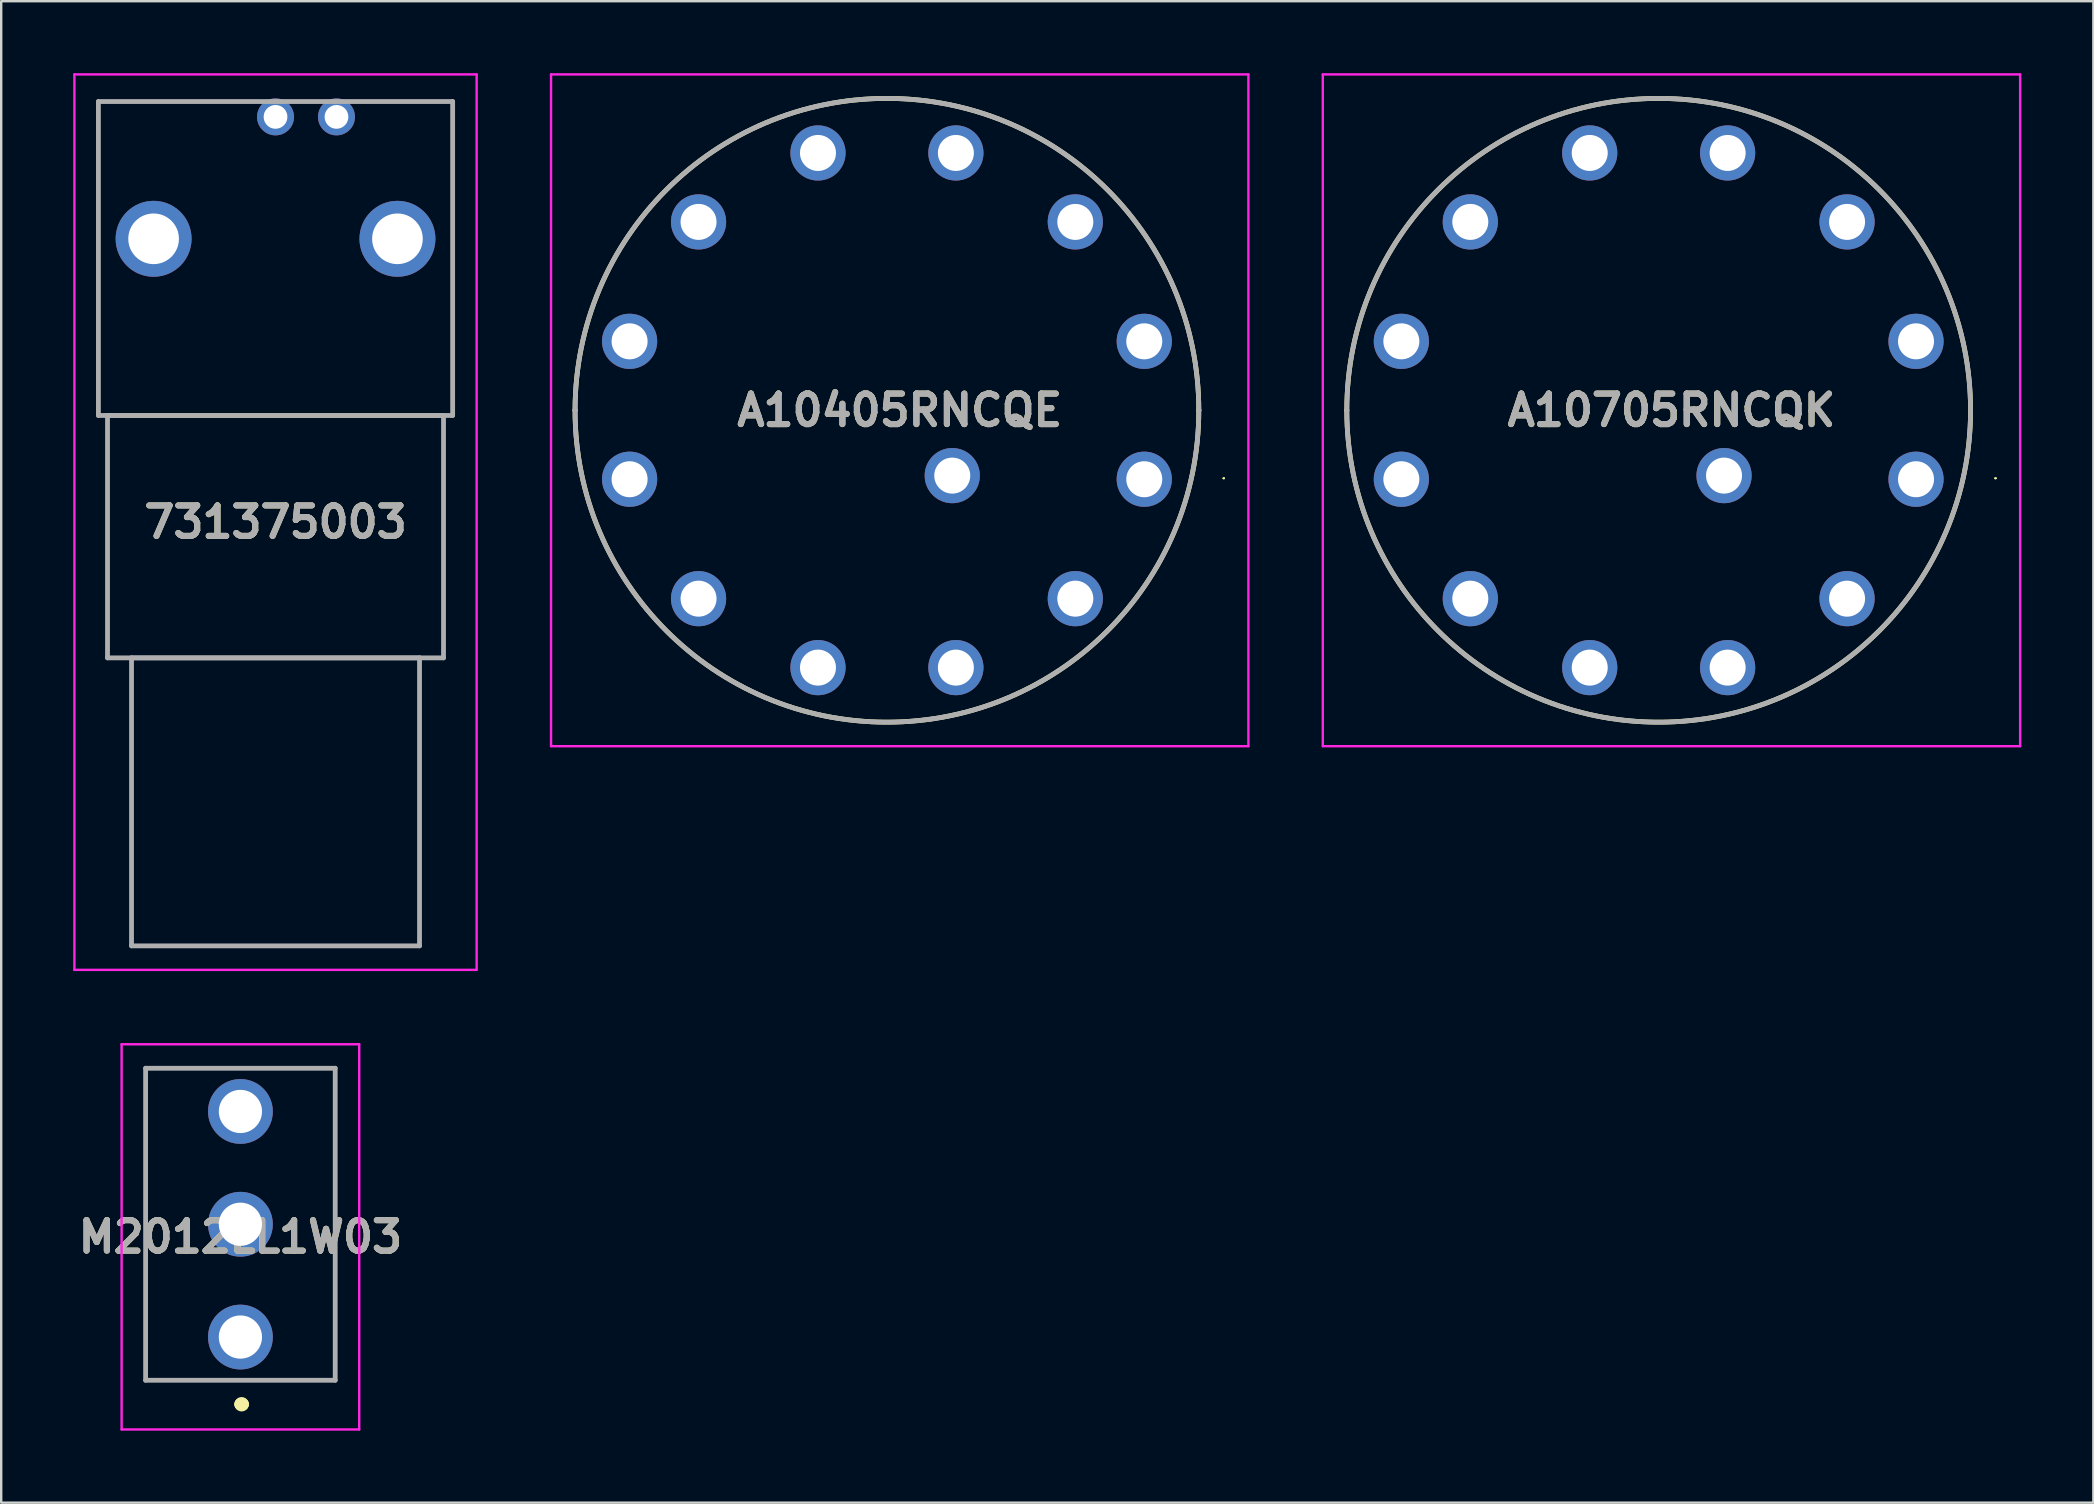
<source format=kicad_pcb>
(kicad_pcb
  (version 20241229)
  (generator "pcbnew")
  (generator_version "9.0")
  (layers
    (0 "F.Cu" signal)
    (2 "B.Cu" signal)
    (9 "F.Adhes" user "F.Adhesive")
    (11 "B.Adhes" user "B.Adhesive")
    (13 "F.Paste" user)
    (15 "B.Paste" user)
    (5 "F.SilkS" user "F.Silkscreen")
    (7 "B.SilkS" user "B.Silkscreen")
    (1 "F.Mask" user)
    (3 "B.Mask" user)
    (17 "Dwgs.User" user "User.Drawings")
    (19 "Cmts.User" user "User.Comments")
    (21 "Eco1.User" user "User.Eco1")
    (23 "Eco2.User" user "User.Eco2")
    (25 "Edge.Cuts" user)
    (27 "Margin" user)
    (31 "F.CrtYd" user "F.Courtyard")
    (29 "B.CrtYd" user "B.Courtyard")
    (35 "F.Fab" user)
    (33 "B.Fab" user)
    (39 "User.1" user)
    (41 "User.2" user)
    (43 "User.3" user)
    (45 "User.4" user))
  (footprint "M2012LL1W03"
    (layer "F.Cu")
    (at 6.967 52.66)
    (property "Reference" "M2012LL1W03" (at 0 -4.175 0) (layer "F.SilkS") (effects (font (size 1.27 1.27) (thickness 0.254))))
    (attr through_hole)
    (fp_line (start -3.95 -11.2) (end 3.95 -11.2) (stroke (width 0.1) (type solid)) (layer "F.SilkS"))
    (fp_line (start -3.95 1.8) (end -3.95 -11.2) (stroke (width 0.1) (type solid)) (layer "F.SilkS"))
    (fp_line (start 0 2.8) (end 0 2.8) (stroke (width 0.5) (type solid)) (layer "F.SilkS"))
    (fp_line (start 0.1 2.8) (end 0.1 2.8) (stroke (width 0.5) (type solid)) (layer "F.SilkS"))
    (fp_line (start 3.95 -11.2) (end 3.95 1.8) (stroke (width 0.1) (type solid)) (layer "F.SilkS"))
    (fp_line (start 3.95 1.8) (end -3.95 1.8) (stroke (width 0.1) (type solid)) (layer "F.SilkS"))
    (fp_arc (start 0 2.8) (mid 0.05 2.75) (end 0.1 2.8) (stroke (width 0.5) (type solid)) (layer "F.SilkS"))
    (fp_arc (start 0.1 2.8) (mid 0.05 2.85) (end 0 2.8) (stroke (width 0.5) (type solid)) (layer "F.SilkS"))
    (fp_line (start -4.95 -12.2) (end 4.95 -12.2) (stroke (width 0.1) (type solid)) (layer "F.CrtYd"))
    (fp_line (start -4.95 3.85) (end -4.95 -12.2) (stroke (width 0.1) (type solid)) (layer "F.CrtYd"))
    (fp_line (start 4.95 -12.2) (end 4.95 3.85) (stroke (width 0.1) (type solid)) (layer "F.CrtYd"))
    (fp_line (start 4.95 3.85) (end -4.95 3.85) (stroke (width 0.1) (type solid)) (layer "F.CrtYd"))
    (fp_line (start -3.95 -11.2) (end 3.95 -11.2) (stroke (width 0.2) (type solid)) (layer "F.Fab"))
    (fp_line (start -3.95 1.8) (end -3.95 -11.2) (stroke (width 0.2) (type solid)) (layer "F.Fab"))
    (fp_line (start 3.95 -11.2) (end 3.95 1.8) (stroke (width 0.2) (type solid)) (layer "F.Fab"))
    (fp_line (start 3.95 1.8) (end -3.95 1.8) (stroke (width 0.2) (type solid)) (layer "F.Fab"))
    (fp_text user "${REFERENCE}" (at 0 -4.175 0) (layer "F.Fab") (effects (font (size 1.27 1.27) (thickness 0.254))))
    (pad "1" thru_hole circle (at 0 0) (size 2.7 2.7) (drill 1.8) (layers "*.Cu" "*.Mask"))
    (pad "2" thru_hole circle (at 0 -4.7) (size 2.7 2.7) (drill 1.8) (layers "*.Cu" "*.Mask"))
    (pad "3" thru_hole circle (at 0 -9.4) (size 2.7 2.7) (drill 1.8) (layers "*.Cu" "*.Mask")))
  (footprint "731375003"
    (layer "F.Cu")
    (at 8.43 1.82)
    (property "Reference" "731375003" (at 0 16.885 0) (layer "F.SilkS") (effects (font (size 1.27 1.27) (thickness 0.254))))
    (attr through_hole)
    (fp_line (start -7.38 -0.64) (end -7.38 12.44) (stroke (width 0.1) (type solid)) (layer "F.SilkS"))
    (fp_line (start -7.38 12.44) (end 7.38 12.44) (stroke (width 0.1) (type solid)) (layer "F.SilkS"))
    (fp_line (start -1.5 -0.64) (end -7.38 -0.64) (stroke (width 0.1) (type solid)) (layer "F.SilkS"))
    (fp_line (start 7.38 -0.64) (end 4 -0.64) (stroke (width 0.1) (type solid)) (layer "F.SilkS"))
    (fp_line (start 7.38 12.44) (end 7.38 -0.64) (stroke (width 0.1) (type solid)) (layer "F.SilkS"))
    (fp_line (start -8.38 -1.77) (end 8.38 -1.77) (stroke (width 0.1) (type solid)) (layer "F.CrtYd"))
    (fp_line (start -8.38 35.54) (end -8.38 -1.77) (stroke (width 0.1) (type solid)) (layer "F.CrtYd"))
    (fp_line (start 8.38 -1.77) (end 8.38 35.54) (stroke (width 0.1) (type solid)) (layer "F.CrtYd"))
    (fp_line (start 8.38 35.54) (end -8.38 35.54) (stroke (width 0.1) (type solid)) (layer "F.CrtYd"))
    (fp_line (start -7.38 -0.64) (end 7.38 -0.64) (stroke (width 0.2) (type solid)) (layer "F.Fab"))
    (fp_line (start -7.38 12.44) (end -7.38 -0.64) (stroke (width 0.2) (type solid)) (layer "F.Fab"))
    (fp_line (start -7 12.44) (end 7 12.44) (stroke (width 0.2) (type solid)) (layer "F.Fab"))
    (fp_line (start -7 22.54) (end -7 12.44) (stroke (width 0.2) (type solid)) (layer "F.Fab"))
    (fp_line (start -6 22.54) (end 6 22.54) (stroke (width 0.2) (type solid)) (layer "F.Fab"))
    (fp_line (start -6 34.54) (end -6 22.54) (stroke (width 0.2) (type solid)) (layer "F.Fab"))
    (fp_line (start 6 22.54) (end 6 34.54) (stroke (width 0.2) (type solid)) (layer "F.Fab"))
    (fp_line (start 6 34.54) (end -6 34.54) (stroke (width 0.2) (type solid)) (layer "F.Fab"))
    (fp_line (start 7 12.44) (end 7 22.54) (stroke (width 0.2) (type solid)) (layer "F.Fab"))
    (fp_line (start 7 22.54) (end -7 22.54) (stroke (width 0.2) (type solid)) (layer "F.Fab"))
    (fp_line (start 7.38 -0.64) (end 7.38 12.44) (stroke (width 0.2) (type solid)) (layer "F.Fab"))
    (fp_line (start 7.38 12.44) (end -7.38 12.44) (stroke (width 0.2) (type solid)) (layer "F.Fab"))
    (fp_text user "${REFERENCE}" (at 0 16.885 0) (layer "F.Fab") (effects (font (size 1.27 1.27) (thickness 0.254))))
    (pad "1" thru_hole circle (at 0 0) (size 1.54 1.54) (drill 0.99) (layers "*.Cu" "*.Mask"))
    (pad "2" thru_hole circle (at 2.54 0) (size 1.54 1.54) (drill 0.99) (layers "*.Cu" "*.Mask"))
    (pad "MH1" thru_hole circle (at -5.08 5.08) (size 3.165 3.165) (drill 2.11) (layers "*.Cu" "*.Mask"))
    (pad "MH2" thru_hole circle (at 5.08 5.08) (size 3.165 3.165) (drill 2.11) (layers "*.Cu" "*.Mask")))
  (footprint "A10405RNCQE"
    (layer "F.Cu")
    (at 44.627 16.918)
    (property "Reference" "A10405RNCQE" (at -10.189 -2.873 0) (layer "F.SilkS") (effects (font (size 1.27 1.27) (thickness 0.254))))
    (attr through_hole)
    (fp_line (start -23.717 -2.873) (end -23.717 -2.873) (stroke (width 0.2) (type solid)) (layer "F.SilkS"))
    (fp_line (start 2.273 -2.873) (end 2.273 -2.873) (stroke (width 0.2) (type solid)) (layer "F.SilkS"))
    (fp_line (start 3.287 -0.04) (end 3.287 -0.04) (stroke (width 0.052) (type solid)) (layer "F.SilkS"))
    (fp_line (start 3.339 -0.04) (end 3.339 -0.04) (stroke (width 0.052) (type solid)) (layer "F.SilkS"))
    (fp_arc (start -23.717 -2.873) (mid -10.722 -15.868) (end 2.273 -2.873) (stroke (width 0.2) (type solid)) (layer "F.SilkS"))
    (fp_arc (start 2.273 -2.873) (mid -10.722 10.122) (end -23.717 -2.873) (stroke (width 0.2) (type solid)) (layer "F.SilkS"))
    (fp_arc (start 3.287 -0.04) (mid 3.313 -0.066) (end 3.339 -0.04) (stroke (width 0.052) (type solid)) (layer "F.SilkS"))
    (fp_arc (start 3.339 -0.04) (mid 3.313 -0.014) (end 3.287 -0.04) (stroke (width 0.052) (type solid)) (layer "F.SilkS"))
    (fp_line (start -24.717 -16.868) (end 4.339 -16.868) (stroke (width 0.1) (type solid)) (layer "F.CrtYd"))
    (fp_line (start -24.717 11.122) (end -24.717 -16.868) (stroke (width 0.1) (type solid)) (layer "F.CrtYd"))
    (fp_line (start 4.339 -16.868) (end 4.339 11.122) (stroke (width 0.1) (type solid)) (layer "F.CrtYd"))
    (fp_line (start 4.339 11.122) (end -24.717 11.122) (stroke (width 0.1) (type solid)) (layer "F.CrtYd"))
    (fp_line (start -23.717 -2.873) (end -23.717 -2.873) (stroke (width 0.2) (type solid)) (layer "F.Fab"))
    (fp_line (start 2.273 -2.873) (end 2.273 -2.873) (stroke (width 0.2) (type solid)) (layer "F.Fab"))
    (fp_arc (start -23.717 -2.873) (mid -10.722 -15.868) (end 2.273 -2.873) (stroke (width 0.2) (type solid)) (layer "F.Fab"))
    (fp_arc (start 2.273 -2.873) (mid -10.722 10.122) (end -23.717 -2.873) (stroke (width 0.2) (type solid)) (layer "F.Fab"))
    (fp_text user "${REFERENCE}" (at -10.189 -2.873 0) (layer "F.Fab") (effects (font (size 1.27 1.27) (thickness 0.254))))
    (pad "1" thru_hole circle (at 0 0) (size 2.3 2.3) (drill 1.5) (layers "*.Cu" "*.Mask"))
    (pad "2" thru_hole circle (at -2.873 4.976) (size 2.3 2.3) (drill 1.5) (layers "*.Cu" "*.Mask"))
    (pad "3" thru_hole circle (at -7.849 7.849) (size 2.3 2.3) (drill 1.5) (layers "*.Cu" "*.Mask"))
    (pad "4" thru_hole circle (at -13.595 7.849) (size 2.3 2.3) (drill 1.5) (layers "*.Cu" "*.Mask"))
    (pad "5" thru_hole circle (at -18.571 4.976) (size 2.3 2.3) (drill 1.5) (layers "*.Cu" "*.Mask"))
    (pad "6" thru_hole circle (at -21.444 0) (size 2.3 2.3) (drill 1.5) (layers "*.Cu" "*.Mask"))
    (pad "7" thru_hole circle (at -21.444 -5.746) (size 2.3 2.3) (drill 1.5) (layers "*.Cu" "*.Mask"))
    (pad "8" thru_hole circle (at -18.571 -10.722) (size 2.3 2.3) (drill 1.5) (layers "*.Cu" "*.Mask"))
    (pad "9" thru_hole circle (at -13.595 -13.595) (size 2.3 2.3) (drill 1.5) (layers "*.Cu" "*.Mask"))
    (pad "10" thru_hole circle (at -7.849 -13.595) (size 2.3 2.3) (drill 1.5) (layers "*.Cu" "*.Mask"))
    (pad "11" thru_hole circle (at -2.873 -10.722) (size 2.3 2.3) (drill 1.5) (layers "*.Cu" "*.Mask"))
    (pad "12" thru_hole circle (at 0 -5.746) (size 2.3 2.3) (drill 1.5) (layers "*.Cu" "*.Mask"))
    (pad "A1" thru_hole circle (at -8 -0.151) (size 2.3 2.3) (drill 1.5) (layers "*.Cu" "*.Mask")))
  (footprint "A10705RNCQK"
    (layer "F.Cu")
    (at 76.783 16.918)
    (property "Reference" "A10705RNCQK" (at -10.189 -2.873 0) (layer "F.SilkS") (effects (font (size 1.27 1.27) (thickness 0.254))))
    (attr through_hole)
    (fp_line (start -23.717 -2.873) (end -23.717 -2.873) (stroke (width 0.2) (type solid)) (layer "F.SilkS"))
    (fp_line (start 2.273 -2.873) (end 2.273 -2.873) (stroke (width 0.2) (type solid)) (layer "F.SilkS"))
    (fp_line (start 3.287 -0.04) (end 3.287 -0.04) (stroke (width 0.052) (type solid)) (layer "F.SilkS"))
    (fp_line (start 3.339 -0.04) (end 3.339 -0.04) (stroke (width 0.052) (type solid)) (layer "F.SilkS"))
    (fp_arc (start -23.717 -2.873) (mid -10.722 -15.868) (end 2.273 -2.873) (stroke (width 0.2) (type solid)) (layer "F.SilkS"))
    (fp_arc (start 2.273 -2.873) (mid -10.722 10.122) (end -23.717 -2.873) (stroke (width 0.2) (type solid)) (layer "F.SilkS"))
    (fp_arc (start 3.287 -0.04) (mid 3.313 -0.066) (end 3.339 -0.04) (stroke (width 0.052) (type solid)) (layer "F.SilkS"))
    (fp_arc (start 3.339 -0.04) (mid 3.313 -0.014) (end 3.287 -0.04) (stroke (width 0.052) (type solid)) (layer "F.SilkS"))
    (fp_line (start -24.717 -16.868) (end 4.339 -16.868) (stroke (width 0.1) (type solid)) (layer "F.CrtYd"))
    (fp_line (start -24.717 11.122) (end -24.717 -16.868) (stroke (width 0.1) (type solid)) (layer "F.CrtYd"))
    (fp_line (start 4.339 -16.868) (end 4.339 11.122) (stroke (width 0.1) (type solid)) (layer "F.CrtYd"))
    (fp_line (start 4.339 11.122) (end -24.717 11.122) (stroke (width 0.1) (type solid)) (layer "F.CrtYd"))
    (fp_line (start -23.717 -2.873) (end -23.717 -2.873) (stroke (width 0.2) (type solid)) (layer "F.Fab"))
    (fp_line (start 2.273 -2.873) (end 2.273 -2.873) (stroke (width 0.2) (type solid)) (layer "F.Fab"))
    (fp_arc (start -23.717 -2.873) (mid -10.722 -15.868) (end 2.273 -2.873) (stroke (width 0.2) (type solid)) (layer "F.Fab"))
    (fp_arc (start 2.273 -2.873) (mid -10.722 10.122) (end -23.717 -2.873) (stroke (width 0.2) (type solid)) (layer "F.Fab"))
    (fp_text user "${REFERENCE}" (at -10.189 -2.873 0) (layer "F.Fab") (effects (font (size 1.27 1.27) (thickness 0.254))))
    (pad "1" thru_hole circle (at 0 0) (size 2.3 2.3) (drill 1.5) (layers "*.Cu" "*.Mask"))
    (pad "2" thru_hole circle (at -2.873 4.976) (size 2.3 2.3) (drill 1.5) (layers "*.Cu" "*.Mask"))
    (pad "3" thru_hole circle (at -7.849 7.849) (size 2.3 2.3) (drill 1.5) (layers "*.Cu" "*.Mask"))
    (pad "4" thru_hole circle (at -13.595 7.849) (size 2.3 2.3) (drill 1.5) (layers "*.Cu" "*.Mask"))
    (pad "5" thru_hole circle (at -18.571 4.976) (size 2.3 2.3) (drill 1.5) (layers "*.Cu" "*.Mask"))
    (pad "6" thru_hole circle (at -21.444 0) (size 2.3 2.3) (drill 1.5) (layers "*.Cu" "*.Mask"))
    (pad "7" thru_hole circle (at -21.444 -5.746) (size 2.3 2.3) (drill 1.5) (layers "*.Cu" "*.Mask"))
    (pad "8" thru_hole circle (at -18.571 -10.722) (size 2.3 2.3) (drill 1.5) (layers "*.Cu" "*.Mask"))
    (pad "9" thru_hole circle (at -13.595 -13.595) (size 2.3 2.3) (drill 1.5) (layers "*.Cu" "*.Mask"))
    (pad "10" thru_hole circle (at -7.849 -13.595) (size 2.3 2.3) (drill 1.5) (layers "*.Cu" "*.Mask"))
    (pad "11" thru_hole circle (at -2.873 -10.722) (size 2.3 2.3) (drill 1.5) (layers "*.Cu" "*.Mask"))
    (pad "12" thru_hole circle (at 0 -5.746) (size 2.3 2.3) (drill 1.5) (layers "*.Cu" "*.Mask"))
    (pad "A1" thru_hole circle (at -7.999 -0.151) (size 2.3 2.3) (drill 1.5) (layers "*.Cu" "*.Mask")))
  (gr_rect
    (start -3 -3)
    (end 84.172 59.56)
    (stroke (width 0.1) (type default))
    (fill no)
    (layer "Edge.Cuts")))
</source>
